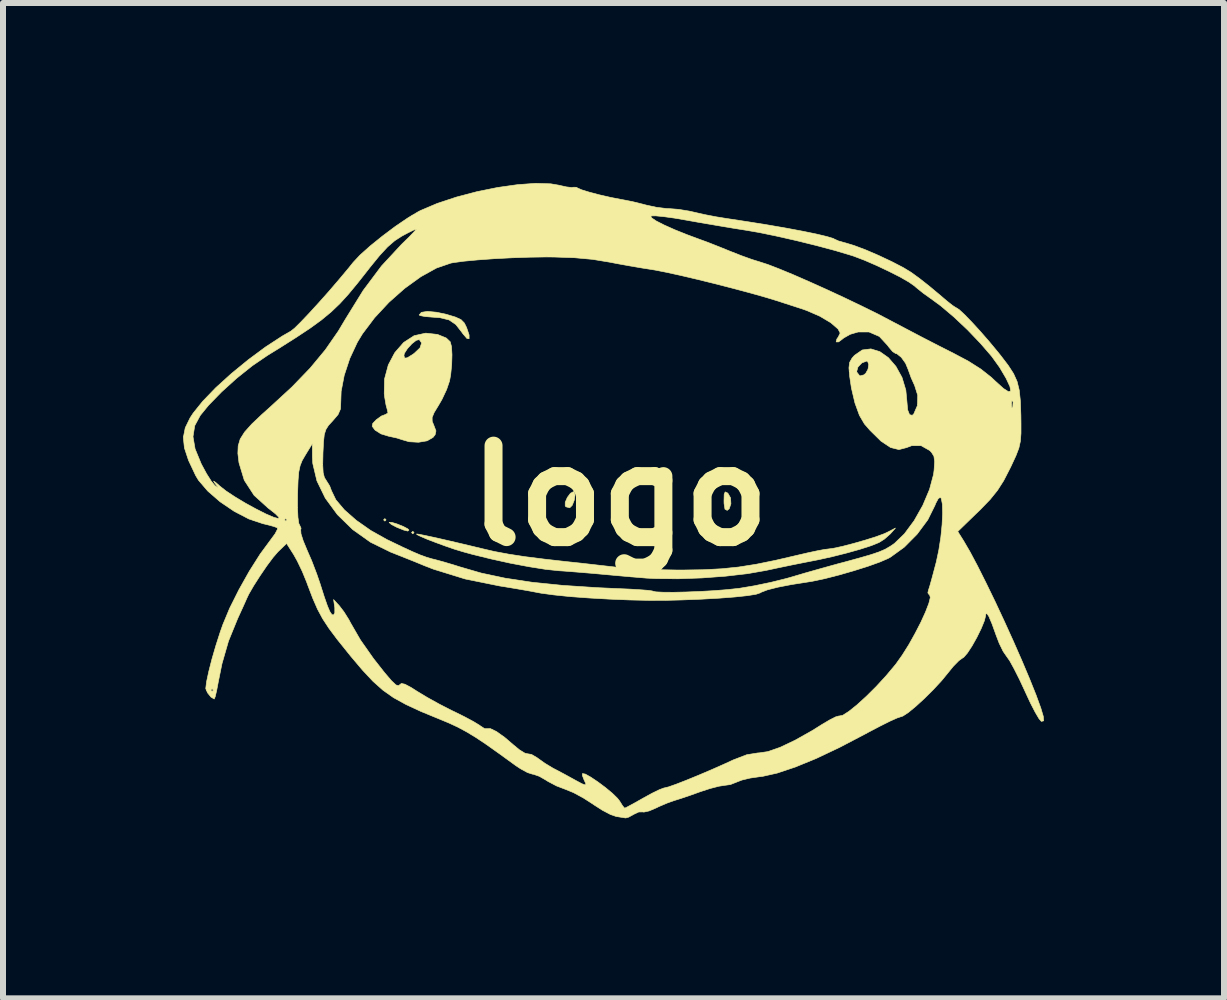
<source format=kicad_pcb>
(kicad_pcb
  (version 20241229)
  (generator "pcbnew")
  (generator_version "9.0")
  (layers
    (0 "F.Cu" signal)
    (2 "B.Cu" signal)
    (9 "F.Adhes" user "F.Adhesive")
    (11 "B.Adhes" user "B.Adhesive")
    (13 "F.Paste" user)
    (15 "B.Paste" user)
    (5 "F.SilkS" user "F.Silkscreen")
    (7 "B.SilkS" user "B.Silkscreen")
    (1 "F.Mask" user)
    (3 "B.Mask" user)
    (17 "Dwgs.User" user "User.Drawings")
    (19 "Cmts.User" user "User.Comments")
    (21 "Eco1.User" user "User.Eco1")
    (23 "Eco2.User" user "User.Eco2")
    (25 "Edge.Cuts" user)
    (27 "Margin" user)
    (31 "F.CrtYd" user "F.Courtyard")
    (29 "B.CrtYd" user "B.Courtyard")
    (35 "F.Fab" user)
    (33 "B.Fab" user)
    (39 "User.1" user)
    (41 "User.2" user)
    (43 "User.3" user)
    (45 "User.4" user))
  (footprint "logo"
    (layer "F.Cu")
    (at 7.279 5.211)
    (property "Reference" "logo" (at 0 0 0) (layer "F.SilkS") (effects (font (size 1.524 1.524) (thickness 0.3))))
    (attr through_hole)
    (fp_poly (pts (xy -3.895 0.402) (xy -3.916 0.423) (xy -3.937 0.402) (xy -3.916 0.381) (xy -3.895 0.402)) (stroke (width 0.01) (type solid)) (fill yes) (layer "F.SilkS"))
    (fp_poly (pts (xy -3.429 0.614) (xy -3.45 0.635) (xy -3.471 0.614) (xy -3.45 0.593) (xy -3.429 0.614)) (stroke (width 0.01) (type solid)) (fill yes) (layer "F.SilkS"))
    (fp_poly (pts (xy -3.796 0.445) (xy -3.708 0.472) (xy -3.609 0.512) (xy -3.535 0.551) (xy -3.514 0.572) (xy -3.533 0.589) (xy -3.602 0.572) (xy -3.72 0.524) (xy -3.807 0.479) (xy -3.844 0.446) (xy -3.843 0.442) (xy -3.796 0.445)) (stroke (width 0.01) (type solid)) (fill yes) (layer "F.SilkS"))
    (fp_poly (pts (xy -0.764 -0.065) (xy -0.746 -0.012) (xy -0.76 0.076) (xy -0.794 0.161) (xy -0.835 0.201) (xy -0.896 0.185) (xy -0.91 0.17) (xy -0.91 0.109) (xy -0.875 0.029) (xy -0.823 -0.041) (xy -0.773 -0.068) (xy -0.764 -0.065)) (stroke (width 0.01) (type solid)) (fill yes) (layer "F.SilkS"))
    (fp_poly (pts (xy 1.793 -0.047) (xy 1.801 -0.041) (xy 1.845 0.036) (xy 1.851 0.134) (xy 1.823 0.217) (xy 1.789 0.244) (xy 1.752 0.224) (xy 1.737 0.13) (xy 1.736 0.083) (xy 1.739 -0.025) (xy 1.756 -0.064) (xy 1.793 -0.047)) (stroke (width 0.01) (type solid)) (fill yes) (layer "F.SilkS"))
    (fp_poly (pts (xy -3.055 -3.058) (xy -2.891 -3.023) (xy -2.739 -2.977) (xy -2.646 -2.934) (xy -2.591 -2.878) (xy -2.554 -2.803) (xy -2.512 -2.679) (xy -2.512 -2.616) (xy -2.548 -2.621) (xy -2.615 -2.699) (xy -2.628 -2.718) (xy -2.732 -2.852) (xy -2.846 -2.93) (xy -2.999 -2.967) (xy -3.123 -2.976) (xy -3.247 -2.986) (xy -3.327 -3.002) (xy -3.344 -3.013) (xy -3.307 -3.056) (xy -3.206 -3.072) (xy -3.055 -3.058)) (stroke (width 0.01) (type solid)) (fill yes) (layer "F.SilkS"))
    (fp_poly (pts (xy -3.038 -2.688) (xy -2.892 -2.628) (xy -2.826 -2.565) (xy -2.805 -2.485) (xy -2.797 -2.349) (xy -2.802 -2.183) (xy -2.819 -2.014) (xy -2.838 -1.912) (xy -2.886 -1.771) (xy -2.963 -1.607) (xy -3.019 -1.51) (xy -3.095 -1.385) (xy -3.128 -1.304) (xy -3.127 -1.24) (xy -3.099 -1.172) (xy -3.064 -1.08) (xy -3.078 -1.016) (xy -3.114 -0.971) (xy -3.212 -0.915) (xy -3.355 -0.891) (xy -3.512 -0.9) (xy -3.619 -0.931) (xy -3.72 -0.963) (xy -3.848 -0.991) (xy -3.857 -0.993) (xy -3.981 -1.031) (xy -4.077 -1.092) (xy -4.082 -1.097) (xy -4.127 -1.158) (xy -4.117 -1.206) (xy -4.059 -1.266) (xy -3.972 -1.329) (xy -3.903 -1.355) (xy -3.864 -1.38) (xy -3.874 -1.429) (xy -3.897 -1.515) (xy -3.919 -1.645) (xy -3.926 -1.7) (xy -3.921 -1.946) (xy -3.858 -2.18) (xy -3.774 -2.339) (xy -3.598 -2.339) (xy -3.587 -2.294) (xy -3.544 -2.298) (xy -3.454 -2.353) (xy -3.425 -2.374) (xy -3.33 -2.464) (xy -3.303 -2.546) (xy -3.342 -2.602) (xy -3.392 -2.59) (xy -3.466 -2.532) (xy -3.54 -2.451) (xy -3.59 -2.373) (xy -3.598 -2.339) (xy -3.774 -2.339) (xy -3.748 -2.387) (xy -3.602 -2.554) (xy -3.428 -2.667) (xy -3.237 -2.709) (xy -3.23 -2.709) (xy -3.038 -2.688)) (stroke (width 0.01) (type solid)) (fill yes) (layer "F.SilkS"))
    (fp_poly (pts (xy 4.509 0.634) (xy 4.407 0.724) (xy 4.318 0.78) (xy 4.192 0.831) (xy 4.006 0.891) (xy 3.782 0.954) (xy 3.544 1.014) (xy 3.315 1.065) (xy 3.26 1.076) (xy 3.085 1.11) (xy 2.86 1.155) (xy 2.616 1.206) (xy 2.434 1.245) (xy 2.125 1.299) (xy 1.759 1.341) (xy 1.367 1.37) (xy 0.975 1.384) (xy 0.613 1.381) (xy 0.445 1.373) (xy 0.312 1.362) (xy 0.124 1.346) (xy -0.091 1.327) (xy -0.233 1.314) (xy -0.465 1.293) (xy -0.707 1.273) (xy -0.922 1.256) (xy -1.016 1.25) (xy -1.235 1.227) (xy -1.512 1.183) (xy -1.825 1.124) (xy -2.151 1.052) (xy -2.468 0.974) (xy -2.62 0.932) (xy -2.758 0.89) (xy -2.914 0.836) (xy -3.072 0.778) (xy -3.215 0.723) (xy -3.324 0.676) (xy -3.383 0.646) (xy -3.385 0.637) (xy -3.331 0.645) (xy -3.213 0.669) (xy -3.047 0.705) (xy -2.851 0.75) (xy -2.641 0.799) (xy -2.435 0.848) (xy -2.307 0.879) (xy -2.092 0.929) (xy -1.856 0.973) (xy -1.584 1.015) (xy -1.259 1.056) (xy -0.889 1.098) (xy -0.653 1.123) (xy -0.381 1.154) (xy -0.125 1.183) (xy -0.064 1.19) (xy 0.133 1.208) (xy 0.387 1.223) (xy 0.669 1.233) (xy 0.953 1.238) (xy 1.058 1.238) (xy 1.399 1.233) (xy 1.698 1.217) (xy 1.981 1.188) (xy 2.272 1.142) (xy 2.596 1.076) (xy 2.944 0.995) (xy 3.133 0.951) (xy 3.298 0.916) (xy 3.417 0.894) (xy 3.462 0.889) (xy 3.559 0.876) (xy 3.712 0.843) (xy 3.896 0.795) (xy 4.088 0.74) (xy 4.264 0.685) (xy 4.4 0.635) (xy 4.445 0.615) (xy 4.593 0.539) (xy 4.509 0.634)) (stroke (width 0.01) (type solid)) (fill yes) (layer "F.SilkS"))
    (fp_poly (pts (xy -1.151 -5.198) (xy -1.022 -5.176) (xy -0.893 -5.147) (xy -0.801 -5.136) (xy -0.772 -5.141) (xy -0.724 -5.14) (xy -0.702 -5.127) (xy -0.636 -5.098) (xy -0.509 -5.059) (xy -0.343 -5.015) (xy -0.16 -4.973) (xy 0.018 -4.938) (xy 0.064 -4.93) (xy 0.211 -4.901) (xy 0.381 -4.859) (xy 0.442 -4.843) (xy 0.608 -4.807) (xy 0.777 -4.786) (xy 0.831 -4.784) (xy 0.981 -4.772) (xy 1.157 -4.743) (xy 1.242 -4.724) (xy 1.403 -4.687) (xy 1.605 -4.648) (xy 1.803 -4.616) (xy 1.805 -4.616) (xy 2.146 -4.564) (xy 2.475 -4.511) (xy 2.781 -4.458) (xy 3.053 -4.407) (xy 3.28 -4.36) (xy 3.451 -4.319) (xy 3.555 -4.288) (xy 3.577 -4.276) (xy 3.646 -4.245) (xy 3.753 -4.215) (xy 3.758 -4.214) (xy 3.903 -4.17) (xy 4.097 -4.097) (xy 4.315 -4.003) (xy 4.532 -3.901) (xy 4.723 -3.802) (xy 4.853 -3.723) (xy 4.991 -3.623) (xy 5.156 -3.493) (xy 5.313 -3.362) (xy 5.318 -3.358) (xy 5.441 -3.253) (xy 5.54 -3.174) (xy 5.599 -3.135) (xy 5.605 -3.133) (xy 5.654 -3.102) (xy 5.745 -3.018) (xy 5.867 -2.892) (xy 6.008 -2.738) (xy 6.157 -2.567) (xy 6.302 -2.392) (xy 6.35 -2.332) (xy 6.473 -2.171) (xy 6.561 -2.035) (xy 6.62 -1.904) (xy 6.656 -1.758) (xy 6.675 -1.577) (xy 6.683 -1.341) (xy 6.685 -1.214) (xy 6.685 -1.04) (xy 6.675 -0.909) (xy 6.65 -0.795) (xy 6.601 -0.667) (xy 6.523 -0.499) (xy 6.5 -0.452) (xy 6.396 -0.25) (xy 6.293 -0.089) (xy 6.171 0.062) (xy 6.008 0.231) (xy 5.971 0.266) (xy 5.631 0.596) (xy 5.73 0.753) (xy 5.836 0.935) (xy 5.963 1.174) (xy 6.105 1.457) (xy 6.257 1.77) (xy 6.411 2.1) (xy 6.562 2.433) (xy 6.704 2.757) (xy 6.831 3.058) (xy 6.937 3.323) (xy 7.015 3.537) (xy 7.057 3.678) (xy 7.063 3.751) (xy 7.026 3.76) (xy 7.023 3.759) (xy 6.985 3.715) (xy 6.922 3.608) (xy 6.843 3.455) (xy 6.757 3.27) (xy 6.749 3.252) (xy 6.658 3.057) (xy 6.571 2.885) (xy 6.498 2.752) (xy 6.447 2.679) (xy 6.446 2.678) (xy 6.388 2.594) (xy 6.322 2.459) (xy 6.27 2.323) (xy 6.202 2.134) (xy 6.149 2.01) (xy 6.113 1.957) (xy 6.097 1.979) (xy 6.097 1.993) (xy 6.076 2.081) (xy 6.023 2.211) (xy 5.95 2.36) (xy 5.869 2.504) (xy 5.791 2.623) (xy 5.731 2.692) (xy 5.717 2.7) (xy 5.649 2.749) (xy 5.555 2.845) (xy 5.474 2.945) (xy 5.362 3.082) (xy 5.225 3.23) (xy 5.077 3.377) (xy 4.933 3.509) (xy 4.808 3.612) (xy 4.716 3.672) (xy 4.682 3.683) (xy 4.622 3.703) (xy 4.503 3.756) (xy 4.341 3.837) (xy 4.15 3.937) (xy 4.074 3.978) (xy 3.659 4.195) (xy 3.273 4.378) (xy 2.924 4.521) (xy 2.622 4.622) (xy 2.377 4.677) (xy 2.33 4.682) (xy 2.171 4.705) (xy 2.034 4.738) (xy 1.959 4.767) (xy 1.843 4.813) (xy 1.748 4.826) (xy 1.65 4.841) (xy 1.504 4.879) (xy 1.341 4.932) (xy 1.333 4.935) (xy 1.168 4.994) (xy 1.017 5.045) (xy 0.912 5.078) (xy 0.91 5.078) (xy 0.792 5.12) (xy 0.649 5.181) (xy 0.602 5.204) (xy 0.487 5.253) (xy 0.401 5.272) (xy 0.378 5.269) (xy 0.315 5.27) (xy 0.232 5.309) (xy 0.148 5.356) (xy 0.097 5.37) (xy 0.034 5.36) (xy -0.061 5.345) (xy -0.156 5.312) (xy -0.291 5.241) (xy -0.436 5.148) (xy -0.448 5.139) (xy -0.607 5.037) (xy -0.771 4.948) (xy -0.903 4.894) (xy -1.055 4.836) (xy -1.197 4.761) (xy -1.23 4.74) (xy -1.341 4.676) (xy -1.441 4.641) (xy -1.455 4.64) (xy -1.539 4.613) (xy -1.656 4.549) (xy -1.736 4.496) (xy -2.006 4.3) (xy -2.223 4.146) (xy -2.401 4.027) (xy -2.555 3.934) (xy -2.698 3.857) (xy -2.844 3.789) (xy -3.003 3.723) (xy -3.316 3.594) (xy -3.566 3.478) (xy -3.771 3.365) (xy -3.948 3.24) (xy -4.115 3.091) (xy -4.288 2.906) (xy -4.486 2.672) (xy -4.531 2.616) (xy -4.711 2.392) (xy -4.847 2.21) (xy -4.952 2.05) (xy -5.038 1.89) (xy -5.117 1.709) (xy -5.202 1.486) (xy -5.219 1.439) (xy -5.291 1.263) (xy -5.375 1.088) (xy -5.436 0.979) (xy -5.553 0.795) (xy -5.698 0.935) (xy -5.779 1.029) (xy -5.884 1.17) (xy -5.997 1.336) (xy -6.103 1.502) (xy -6.184 1.642) (xy -6.218 1.714) (xy -6.243 1.771) (xy -6.293 1.882) (xy -6.359 2.026) (xy -6.371 2.053) (xy -6.521 2.421) (xy -6.63 2.799) (xy -6.691 3.101) (xy -6.718 3.243) (xy -6.742 3.346) (xy -6.759 3.387) (xy -6.76 3.387) (xy -6.813 3.355) (xy -6.87 3.285) (xy -6.89 3.239) (xy -6.816 3.239) (xy -6.795 3.26) (xy -6.773 3.239) (xy -6.795 3.217) (xy -6.816 3.239) (xy -6.89 3.239) (xy -6.9 3.215) (xy -6.9 3.21) (xy -6.887 3.101) (xy -6.851 2.933) (xy -6.798 2.725) (xy -6.732 2.498) (xy -6.659 2.271) (xy -6.616 2.149) (xy -6.502 1.875) (xy -6.349 1.569) (xy -6.175 1.259) (xy -5.994 0.973) (xy -5.822 0.739) (xy -5.819 0.735) (xy -5.744 0.633) (xy -5.706 0.559) (xy -5.708 0.534) (xy -5.767 0.512) (xy -5.879 0.482) (xy -5.95 0.465) (xy -6.137 0.402) (xy -5.588 0.402) (xy -5.567 0.423) (xy -5.546 0.402) (xy -5.567 0.381) (xy -5.588 0.402) (xy -6.137 0.402) (xy -6.182 0.387) (xy -6.426 0.26) (xy -6.662 0.1) (xy -6.867 -0.078) (xy -7.021 -0.258) (xy -7.068 -0.336) (xy -7.188 -0.591) (xy -7.256 -0.797) (xy -7.274 -0.971) (xy -7.271 -0.985) (xy -7.113 -0.985) (xy -7.078 -0.78) (xy -6.977 -0.535) (xy -6.967 -0.515) (xy -6.887 -0.367) (xy -6.809 -0.244) (xy -6.75 -0.171) (xy -6.745 -0.168) (xy -6.699 -0.135) (xy -6.705 -0.153) (xy -6.751 -0.212) (xy -6.77 -0.244) (xy -6.735 -0.222) (xy -6.666 -0.161) (xy -6.563 -0.08) (xy -6.415 0.018) (xy -6.242 0.122) (xy -6.063 0.22) (xy -5.897 0.304) (xy -5.764 0.361) (xy -5.684 0.381) (xy -5.682 0.359) (xy -5.738 0.302) (xy -5.84 0.221) (xy -5.856 0.21) (xy -5.869 0.198) (xy -5.371 0.198) (xy -5.364 0.36) (xy -5.35 0.46) (xy -5.338 0.485) (xy -5.312 0.541) (xy -5.318 0.57) (xy -5.313 0.636) (xy -5.276 0.752) (xy -5.217 0.894) (xy -5.216 0.897) (xy -5.134 1.086) (xy -5.051 1.303) (xy -4.997 1.46) (xy -4.926 1.683) (xy -4.873 1.835) (xy -4.833 1.929) (xy -4.801 1.977) (xy -4.774 1.99) (xy -4.75 1.954) (xy -4.75 1.866) (xy -4.751 1.86) (xy -4.77 1.73) (xy -4.675 1.833) (xy -4.597 1.935) (xy -4.513 2.069) (xy -4.486 2.121) (xy -4.323 2.403) (xy -4.106 2.712) (xy -3.919 2.95) (xy -3.805 3.083) (xy -3.731 3.153) (xy -3.686 3.166) (xy -3.671 3.152) (xy -3.64 3.128) (xy -3.581 3.141) (xy -3.479 3.195) (xy -3.374 3.262) (xy -3.208 3.362) (xy -3.002 3.476) (xy -2.797 3.581) (xy -2.754 3.601) (xy -2.587 3.684) (xy -2.443 3.761) (xy -2.344 3.821) (xy -2.319 3.839) (xy -2.252 3.882) (xy -2.217 3.882) (xy -2.158 3.88) (xy -2.055 3.93) (xy -1.919 4.027) (xy -1.78 4.146) (xy -1.672 4.235) (xy -1.582 4.29) (xy -1.538 4.3) (xy -1.472 4.311) (xy -1.381 4.364) (xy -1.366 4.375) (xy -1.25 4.458) (xy -1.111 4.542) (xy -1.079 4.558) (xy -0.928 4.638) (xy -0.773 4.723) (xy -0.75 4.736) (xy -0.631 4.8) (xy -0.574 4.82) (xy -0.567 4.796) (xy -0.595 4.738) (xy -0.624 4.662) (xy -0.623 4.63) (xy -0.576 4.638) (xy -0.485 4.689) (xy -0.367 4.768) (xy -0.241 4.862) (xy -0.125 4.958) (xy -0.039 5.042) (xy -0.006 5.084) (xy 0.046 5.167) (xy 0.079 5.206) (xy 0.08 5.207) (xy 0.122 5.187) (xy 0.219 5.135) (xy 0.351 5.061) (xy 0.391 5.038) (xy 0.537 4.958) (xy 0.66 4.898) (xy 0.738 4.869) (xy 0.747 4.868) (xy 0.812 4.852) (xy 0.939 4.807) (xy 1.111 4.74) (xy 1.311 4.658) (xy 1.525 4.567) (xy 1.735 4.474) (xy 1.889 4.403) (xy 2.115 4.316) (xy 2.301 4.286) (xy 2.316 4.286) (xy 2.467 4.264) (xy 2.673 4.192) (xy 2.923 4.073) (xy 3.209 3.912) (xy 3.365 3.814) (xy 3.495 3.737) (xy 3.597 3.685) (xy 3.651 3.67) (xy 3.653 3.671) (xy 3.712 3.66) (xy 3.815 3.595) (xy 3.951 3.486) (xy 4.107 3.344) (xy 4.272 3.18) (xy 4.435 3.003) (xy 4.585 2.824) (xy 4.599 2.807) (xy 4.705 2.658) (xy 4.815 2.483) (xy 4.92 2.295) (xy 5.016 2.109) (xy 5.094 1.938) (xy 5.149 1.795) (xy 5.174 1.696) (xy 5.162 1.652) (xy 5.156 1.651) (xy 5.133 1.619) (xy 5.142 1.577) (xy 5.165 1.505) (xy 5.202 1.373) (xy 5.247 1.204) (xy 5.274 1.102) (xy 5.316 0.904) (xy 5.349 0.692) (xy 5.37 0.482) (xy 5.379 0.293) (xy 5.375 0.142) (xy 5.357 0.047) (xy 5.342 0.026) (xy 5.307 0.047) (xy 5.264 0.127) (xy 5.251 0.161) (xy 5.132 0.401) (xy 4.954 0.641) (xy 4.74 0.857) (xy 4.512 1.022) (xy 4.471 1.045) (xy 4.332 1.105) (xy 4.134 1.176) (xy 3.899 1.25) (xy 3.652 1.321) (xy 3.414 1.382) (xy 3.21 1.425) (xy 3.13 1.438) (xy 2.862 1.48) (xy 2.634 1.524) (xy 2.461 1.568) (xy 2.356 1.608) (xy 2.341 1.618) (xy 2.27 1.642) (xy 2.126 1.665) (xy 1.918 1.687) (xy 1.659 1.707) (xy 1.359 1.724) (xy 1.029 1.737) (xy 0.783 1.743) (xy 0.491 1.744) (xy 0.165 1.737) (xy -0.175 1.723) (xy -0.511 1.704) (xy -0.825 1.681) (xy -1.098 1.653) (xy -1.312 1.624) (xy -1.376 1.612) (xy -1.513 1.586) (xy -1.703 1.553) (xy -1.912 1.518) (xy -2.006 1.503) (xy -2.578 1.387) (xy -3.105 1.224) (xy -3.26 1.164) (xy -3.417 1.099) (xy -3.613 1.021) (xy -3.807 0.944) (xy -3.822 0.938) (xy -4.154 0.775) (xy -4.452 0.563) (xy -4.706 0.315) (xy -4.908 0.04) (xy -5.048 -0.248) (xy -5.112 -0.517) (xy -4.951 -0.517) (xy -4.944 -0.385) (xy -4.923 -0.303) (xy -4.897 -0.262) (xy -4.835 -0.163) (xy -4.806 -0.085) (xy -4.732 0.068) (xy -4.59 0.236) (xy -4.392 0.41) (xy -4.151 0.579) (xy -3.878 0.732) (xy -3.852 0.744) (xy -3.624 0.854) (xy -3.455 0.932) (xy -3.326 0.987) (xy -3.221 1.025) (xy -3.122 1.054) (xy -3.09 1.061) (xy -2.936 1.103) (xy -2.755 1.157) (xy -2.667 1.185) (xy -2.309 1.289) (xy -1.91 1.374) (xy -1.461 1.442) (xy -0.951 1.494) (xy -0.373 1.532) (xy -0.045 1.547) (xy 0.166 1.556) (xy 0.344 1.567) (xy 0.475 1.577) (xy 0.541 1.587) (xy 0.545 1.589) (xy 0.6 1.602) (xy 0.723 1.608) (xy 0.898 1.609) (xy 1.108 1.604) (xy 1.337 1.595) (xy 1.568 1.582) (xy 1.785 1.565) (xy 1.971 1.545) (xy 1.99 1.543) (xy 2.24 1.501) (xy 2.519 1.443) (xy 2.78 1.378) (xy 2.857 1.356) (xy 3.091 1.287) (xy 3.363 1.21) (xy 3.629 1.136) (xy 3.747 1.105) (xy 3.998 1.036) (xy 4.184 0.982) (xy 4.32 0.936) (xy 4.422 0.892) (xy 4.506 0.843) (xy 4.576 0.795) (xy 4.743 0.634) (xy 4.905 0.415) (xy 5.049 0.16) (xy 5.161 -0.105) (xy 5.228 -0.356) (xy 5.237 -0.427) (xy 5.246 -0.57) (xy 5.234 -0.658) (xy 5.194 -0.723) (xy 5.162 -0.755) (xy 5.021 -0.834) (xy 4.863 -0.834) (xy 4.778 -0.802) (xy 4.651 -0.769) (xy 4.511 -0.804) (xy 4.352 -0.91) (xy 4.169 -1.09) (xy 4.076 -1.197) (xy 3.993 -1.339) (xy 3.918 -1.545) (xy 3.859 -1.795) (xy 3.83 -1.99) (xy 3.823 -2.07) (xy 3.947 -2.07) (xy 3.95 -2.059) (xy 3.999 -1.996) (xy 4.067 -2.014) (xy 4.098 -2.04) (xy 4.136 -2.109) (xy 4.148 -2.187) (xy 4.129 -2.239) (xy 4.114 -2.244) (xy 4.034 -2.214) (xy 3.968 -2.145) (xy 3.947 -2.07) (xy 3.823 -2.07) (xy 3.818 -2.131) (xy 3.829 -2.221) (xy 3.87 -2.294) (xy 3.91 -2.339) (xy 4.04 -2.429) (xy 4.184 -2.447) (xy 4.333 -2.401) (xy 4.475 -2.301) (xy 4.601 -2.155) (xy 4.702 -1.972) (xy 4.766 -1.76) (xy 4.784 -1.57) (xy 4.796 -1.431) (xy 4.828 -1.351) (xy 4.873 -1.34) (xy 4.898 -1.363) (xy 4.959 -1.503) (xy 4.96 -1.524) (xy 6.526 -1.524) (xy 6.533 -1.464) (xy 6.547 -1.471) (xy 6.553 -1.558) (xy 6.547 -1.577) (xy 6.532 -1.582) (xy 6.526 -1.524) (xy 4.96 -1.524) (xy 4.964 -1.674) (xy 4.913 -1.836) (xy 4.855 -1.965) (xy 4.813 -2.081) (xy 4.808 -2.096) (xy 4.762 -2.207) (xy 4.691 -2.306) (xy 4.618 -2.365) (xy 4.594 -2.371) (xy 4.545 -2.403) (xy 4.478 -2.483) (xy 4.466 -2.501) (xy 4.325 -2.654) (xy 4.152 -2.729) (xy 3.971 -2.729) (xy 3.839 -2.69) (xy 3.731 -2.629) (xy 3.717 -2.617) (xy 3.645 -2.563) (xy 3.605 -2.563) (xy 3.616 -2.611) (xy 3.64 -2.645) (xy 3.672 -2.711) (xy 3.636 -2.779) (xy 3.514 -2.884) (xy 3.334 -2.991) (xy 3.118 -3.085) (xy 3.048 -3.11) (xy 2.882 -3.164) (xy 2.718 -3.217) (xy 2.646 -3.241) (xy 2.443 -3.303) (xy 2.189 -3.375) (xy 1.901 -3.452) (xy 1.599 -3.53) (xy 1.299 -3.604) (xy 1.019 -3.67) (xy 0.777 -3.723) (xy 0.59 -3.76) (xy 0.529 -3.77) (xy 0.375 -3.794) (xy 0.171 -3.829) (xy -0.051 -3.869) (xy -0.169 -3.892) (xy -0.454 -3.939) (xy -0.752 -3.966) (xy -1.091 -3.978) (xy -1.228 -3.979) (xy -1.502 -3.975) (xy -1.796 -3.965) (xy -2.091 -3.95) (xy -2.366 -3.93) (xy -2.601 -3.908) (xy -2.777 -3.884) (xy -2.815 -3.877) (xy -3.054 -3.795) (xy -3.316 -3.65) (xy -3.586 -3.455) (xy -3.848 -3.223) (xy -4.087 -2.966) (xy -4.289 -2.698) (xy -4.374 -2.558) (xy -4.5 -2.288) (xy -4.593 -2.006) (xy -4.644 -1.74) (xy -4.65 -1.564) (xy -4.655 -1.446) (xy -4.696 -1.352) (xy -4.786 -1.247) (xy -4.856 -1.171) (xy -4.899 -1.102) (xy -4.925 -1.019) (xy -4.938 -0.897) (xy -4.947 -0.715) (xy -4.951 -0.517) (xy -5.112 -0.517) (xy -5.117 -0.54) (xy -5.123 -0.643) (xy -5.124 -0.868) (xy -5.241 -0.677) (xy -5.294 -0.586) (xy -5.328 -0.5) (xy -5.35 -0.397) (xy -5.362 -0.256) (xy -5.369 -0.057) (xy -5.37 -0.014) (xy -5.371 0.198) (xy -5.869 0.198) (xy -6.095 -0.007) (xy -6.258 -0.258) (xy -6.346 -0.548) (xy -6.347 -0.554) (xy -6.365 -0.705) (xy -6.36 -0.831) (xy -6.326 -0.945) (xy -6.253 -1.061) (xy -6.134 -1.194) (xy -5.962 -1.357) (xy -5.83 -1.475) (xy -5.464 -1.812) (xy -5.161 -2.126) (xy -4.908 -2.431) (xy -4.691 -2.744) (xy -4.573 -2.942) (xy -4.278 -3.419) (xy -3.972 -3.828) (xy -3.642 -4.184) (xy -3.624 -4.202) (xy -3.511 -4.312) (xy -3.43 -4.397) (xy -3.393 -4.441) (xy -3.393 -4.445) (xy -3.439 -4.426) (xy -3.536 -4.378) (xy -3.635 -4.325) (xy -3.752 -4.249) (xy -3.871 -4.146) (xy -4.004 -4.002) (xy -4.167 -3.802) (xy -4.196 -3.764) (xy -4.371 -3.542) (xy -4.523 -3.358) (xy -4.666 -3.201) (xy -4.812 -3.062) (xy -4.974 -2.928) (xy -5.164 -2.79) (xy -5.395 -2.637) (xy -5.679 -2.457) (xy -5.869 -2.34) (xy -6.123 -2.167) (xy -6.386 -1.957) (xy -6.637 -1.73) (xy -6.854 -1.507) (xy -6.992 -1.338) (xy -7.084 -1.167) (xy -7.113 -0.985) (xy -7.271 -0.985) (xy -7.242 -1.132) (xy -7.161 -1.298) (xy -7.11 -1.376) (xy -6.951 -1.574) (xy -6.735 -1.798) (xy -6.476 -2.033) (xy -6.194 -2.264) (xy -5.904 -2.479) (xy -5.623 -2.662) (xy -5.483 -2.742) (xy -5.42 -2.792) (xy -5.315 -2.896) (xy -5.177 -3.041) (xy -5.018 -3.215) (xy -4.848 -3.406) (xy -4.679 -3.603) (xy -4.52 -3.793) (xy -4.444 -3.888) (xy -4.328 -4.012) (xy -4.159 -4.163) (xy -3.957 -4.326) (xy -3.744 -4.486) (xy -3.538 -4.626) (xy -3.481 -4.661) (xy 0.517 -4.661) (xy 0.527 -4.632) (xy 0.604 -4.58) (xy 0.737 -4.512) (xy 0.914 -4.433) (xy 1.123 -4.349) (xy 1.312 -4.279) (xy 1.473 -4.22) (xy 1.668 -4.143) (xy 1.853 -4.068) (xy 2.029 -3.999) (xy 2.202 -3.937) (xy 2.334 -3.896) (xy 2.34 -3.894) (xy 2.467 -3.853) (xy 2.656 -3.78) (xy 2.893 -3.682) (xy 3.163 -3.564) (xy 3.452 -3.434) (xy 3.747 -3.297) (xy 4.033 -3.16) (xy 4.297 -3.03) (xy 4.508 -2.919) (xy 4.759 -2.787) (xy 5.035 -2.642) (xy 5.305 -2.503) (xy 5.534 -2.387) (xy 5.537 -2.386) (xy 5.807 -2.243) (xy 6.017 -2.11) (xy 6.189 -1.974) (xy 6.257 -1.91) (xy 6.392 -1.788) (xy 6.478 -1.733) (xy 6.514 -1.745) (xy 6.501 -1.819) (xy 6.437 -1.956) (xy 6.329 -2.139) (xy 6.196 -2.324) (xy 6.011 -2.538) (xy 5.796 -2.763) (xy 5.568 -2.978) (xy 5.347 -3.165) (xy 5.186 -3.283) (xy 5.057 -3.375) (xy 4.94 -3.469) (xy 4.911 -3.495) (xy 4.82 -3.559) (xy 4.671 -3.645) (xy 4.483 -3.74) (xy 4.278 -3.837) (xy 4.075 -3.925) (xy 3.896 -3.993) (xy 3.852 -4.007) (xy 3.588 -4.086) (xy 3.277 -4.169) (xy 2.945 -4.251) (xy 2.619 -4.325) (xy 2.324 -4.386) (xy 2.117 -4.422) (xy 1.89 -4.458) (xy 1.617 -4.504) (xy 1.335 -4.552) (xy 1.122 -4.59) (xy 0.913 -4.626) (xy 0.732 -4.651) (xy 0.596 -4.664) (xy 0.523 -4.663) (xy 0.517 -4.661) (xy -3.481 -4.661) (xy -3.361 -4.732) (xy -3.323 -4.752) (xy -3.043 -4.871) (xy -2.723 -4.977) (xy -2.381 -5.067) (xy -2.036 -5.137) (xy -1.704 -5.184) (xy -1.403 -5.206) (xy -1.151 -5.198)) (stroke (width 0.01) (type solid)) (fill yes) (layer "F.SilkS")))
  (gr_rect
    (start -3 -3)
    (end 17.347 13.586)
    (stroke (width 0.1) (type default))
    (fill no)
    (layer "Edge.Cuts")))
</source>
